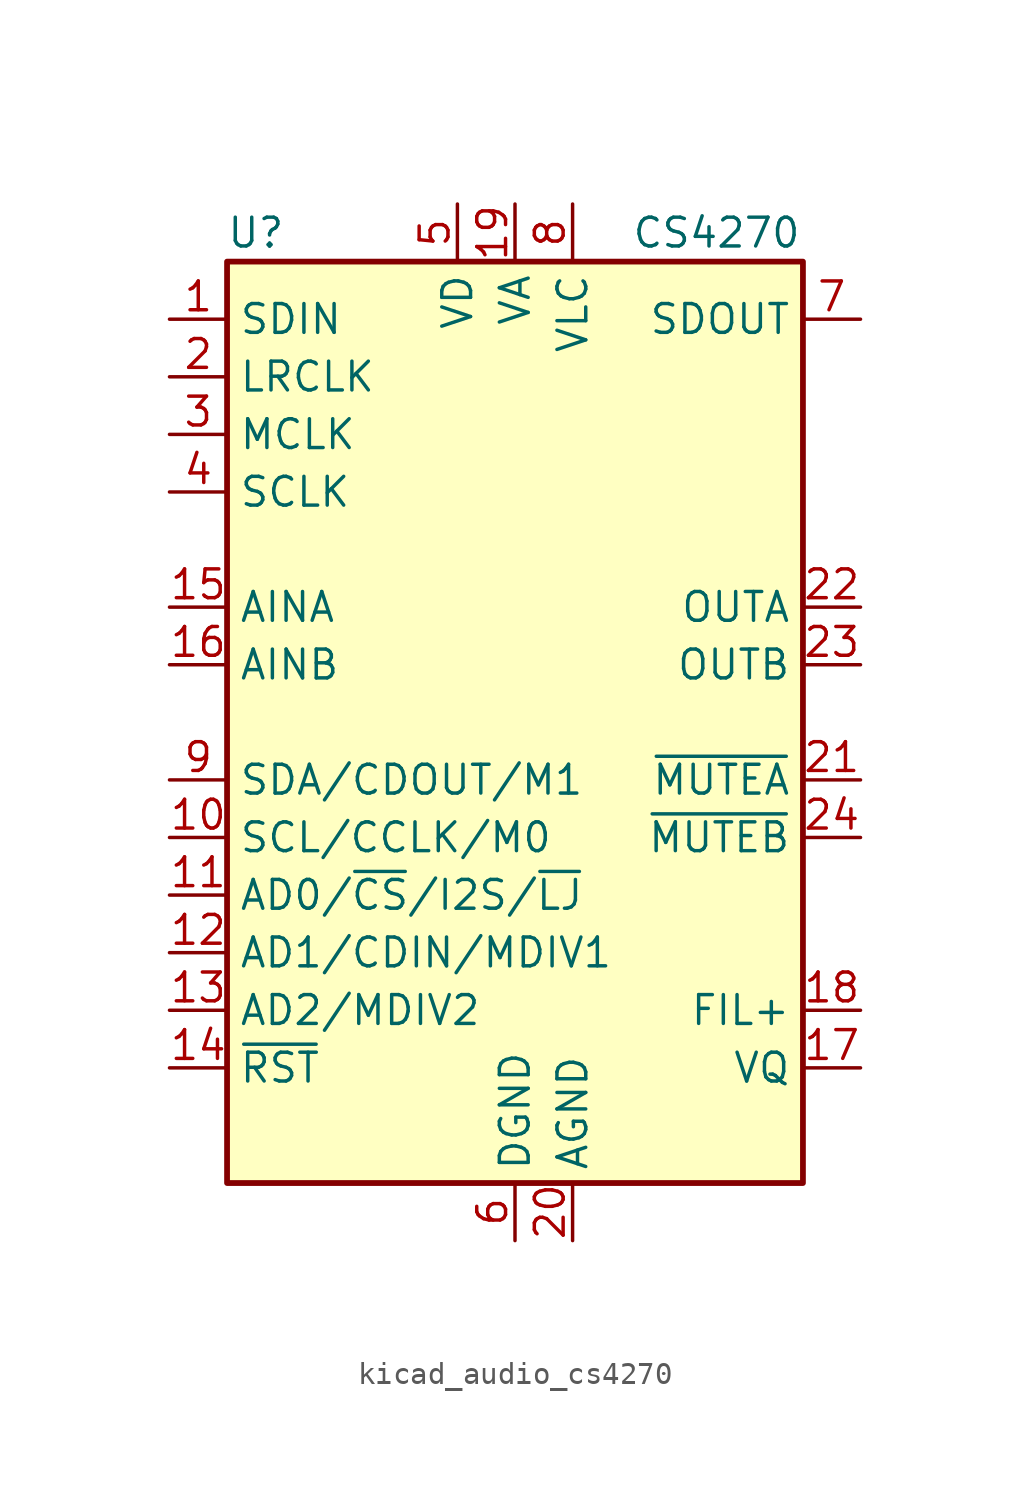
<source format=kicad_sym>
(kicad_symbol_lib
  (version 20220914)
  (generator kicad_symbol_editor)
  (symbol "kicad_audio_cs4270"
    (property "Reference" "U"
      (at -11.43 21.59 0)
      (effects (font (size 1.27 1.27))))
    (property "Value" "CS4270"
      (at 8.89 21.59 0)
      (effects (font (size 1.27 1.27))))
    (symbol "kicad_audio_cs4270_0_1"
      (rectangle (start -12.7 20.32) (end 12.7 -20.32) (stroke (width 0.254) (type default)) (fill (type background))))
    (symbol "kicad_audio_cs4270_1_0"
      (pin input line (at -15.24 17.78 0) (length 2.54) (name "SDIN" (effects (font (size 1.27 1.27)))) (number "1" (effects (font (size 1.27 1.27)))))
      (pin input line (at -15.24 -5.08 0) (length 2.54) (name "SCL/CCLK/M0" (effects (font (size 1.27 1.27)))) (number "10" (effects (font (size 1.27 1.27)))))
      (pin input line (at -15.24 -7.62 0) (length 2.54) (name "AD0/~{CS}/I2S/~{LJ}" (effects (font (size 1.27 1.27)))) (number "11" (effects (font (size 1.27 1.27)))))
      (pin input line (at -15.24 -10.16 0) (length 2.54) (name "AD1/CDIN/MDIV1" (effects (font (size 1.27 1.27)))) (number "12" (effects (font (size 1.27 1.27)))))
      (pin input line (at -15.24 -12.7 0) (length 2.54) (name "AD2/MDIV2" (effects (font (size 1.27 1.27)))) (number "13" (effects (font (size 1.27 1.27)))))
      (pin input line (at -15.24 -15.24 0) (length 2.54) (name "~{RST}" (effects (font (size 1.27 1.27)))) (number "14" (effects (font (size 1.27 1.27)))))
      (pin input line (at -15.24 5.08 0) (length 2.54) (name "AINA" (effects (font (size 1.27 1.27)))) (number "15" (effects (font (size 1.27 1.27)))))
      (pin input line (at -15.24 2.54 0) (length 2.54) (name "AINB" (effects (font (size 1.27 1.27)))) (number "16" (effects (font (size 1.27 1.27)))))
      (pin passive line (at 15.24 -15.24 180) (length 2.54) (name "VQ" (effects (font (size 1.27 1.27)))) (number "17" (effects (font (size 1.27 1.27)))))
      (pin passive line (at 15.24 -12.7 180) (length 2.54) (name "FIL+" (effects (font (size 1.27 1.27)))) (number "18" (effects (font (size 1.27 1.27)))))
      (pin power_in line (at 0 22.86 270) (length 2.54) (name "VA" (effects (font (size 1.27 1.27)))) (number "19" (effects (font (size 1.27 1.27)))))
      (pin bidirectional line (at -15.24 15.24 0) (length 2.54) (name "LRCLK" (effects (font (size 1.27 1.27)))) (number "2" (effects (font (size 1.27 1.27)))))
      (pin power_in line (at 2.54 -22.86 90) (length 2.54) (name "AGND" (effects (font (size 1.27 1.27)))) (number "20" (effects (font (size 1.27 1.27)))))
      (pin input line (at 15.24 -2.54 180) (length 2.54) (name "~{MUTEA}" (effects (font (size 1.27 1.27)))) (number "21" (effects (font (size 1.27 1.27)))))
      (pin output line (at 15.24 5.08 180) (length 2.54) (name "OUTA" (effects (font (size 1.27 1.27)))) (number "22" (effects (font (size 1.27 1.27)))))
      (pin output line (at 15.24 2.54 180) (length 2.54) (name "OUTB" (effects (font (size 1.27 1.27)))) (number "23" (effects (font (size 1.27 1.27)))))
      (pin input line (at 15.24 -5.08 180) (length 2.54) (name "~{MUTEB}" (effects (font (size 1.27 1.27)))) (number "24" (effects (font (size 1.27 1.27)))))
      (pin input line (at -15.24 12.7 0) (length 2.54) (name "MCLK" (effects (font (size 1.27 1.27)))) (number "3" (effects (font (size 1.27 1.27)))))
      (pin bidirectional line (at -15.24 10.16 0) (length 2.54) (name "SCLK" (effects (font (size 1.27 1.27)))) (number "4" (effects (font (size 1.27 1.27)))))
      (pin power_in line (at -2.54 22.86 270) (length 2.54) (name "VD" (effects (font (size 1.27 1.27)))) (number "5" (effects (font (size 1.27 1.27)))))
      (pin power_in line (at 0 -22.86 90) (length 2.54) (name "DGND" (effects (font (size 1.27 1.27)))) (number "6" (effects (font (size 1.27 1.27)))))
      (pin output line (at 15.24 17.78 180) (length 2.54) (name "SDOUT" (effects (font (size 1.27 1.27)))) (number "7" (effects (font (size 1.27 1.27)))))
      (pin power_in line (at 2.54 22.86 270) (length 2.54) (name "VLC" (effects (font (size 1.27 1.27)))) (number "8" (effects (font (size 1.27 1.27)))))
      (pin bidirectional line (at -15.24 -2.54 0) (length 2.54) (name "SDA/CDOUT/M1" (effects (font (size 1.27 1.27)))) (number "9" (effects (font (size 1.27 1.27))))))))
</source>
